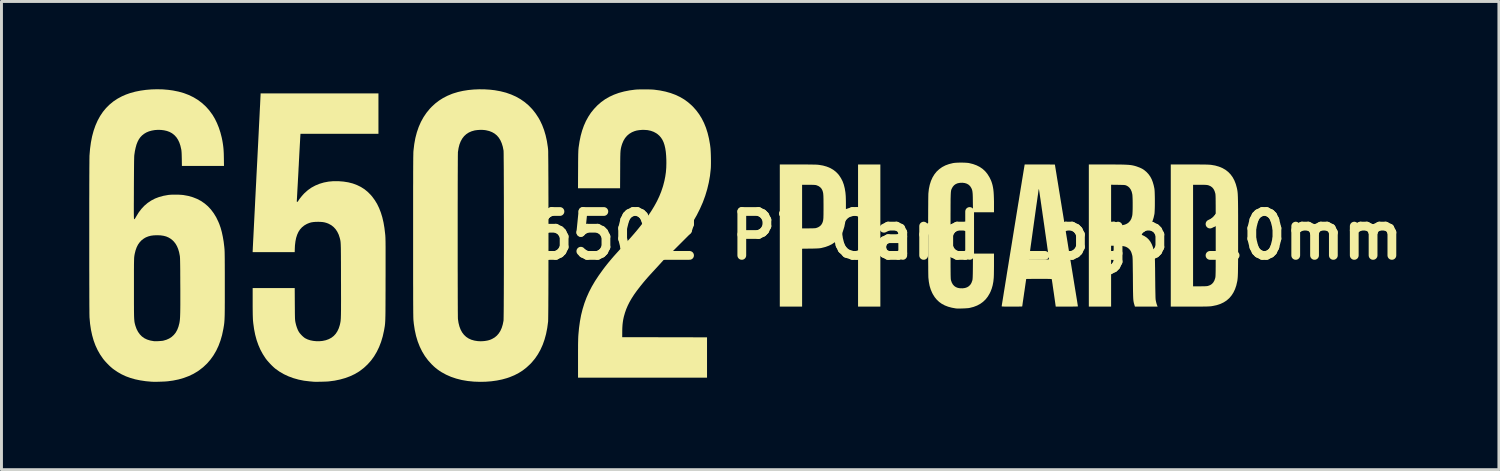
<source format=kicad_pcb>
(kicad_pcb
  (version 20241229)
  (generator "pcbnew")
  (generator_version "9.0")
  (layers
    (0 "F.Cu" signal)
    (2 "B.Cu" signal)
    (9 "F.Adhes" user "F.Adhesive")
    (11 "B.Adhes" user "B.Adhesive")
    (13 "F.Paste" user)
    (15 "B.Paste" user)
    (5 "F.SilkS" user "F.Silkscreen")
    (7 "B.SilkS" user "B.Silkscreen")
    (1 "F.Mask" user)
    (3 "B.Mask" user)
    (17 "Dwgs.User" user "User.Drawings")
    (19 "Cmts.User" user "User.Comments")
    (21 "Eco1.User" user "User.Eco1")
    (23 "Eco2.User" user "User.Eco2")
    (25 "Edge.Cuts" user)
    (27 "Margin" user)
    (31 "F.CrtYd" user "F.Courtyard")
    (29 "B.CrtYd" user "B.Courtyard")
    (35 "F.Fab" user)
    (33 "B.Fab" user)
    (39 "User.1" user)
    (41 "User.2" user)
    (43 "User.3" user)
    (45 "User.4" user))
  (footprint "6502 Pi Card Logo 10mm"
    (layer "F.Cu")
    (at 29.977 4.999)
    (property "Reference" "6502 Pi Card Logo 10mm" (at 0 0 0) (layer "F.SilkS") (effects (font (size 1.5 1.5) (thickness 0.3))))
    (attr board_only exclude_from_pos_files exclude_from_bom)
    (fp_poly (pts (xy -2.944 0) (xy -2.944 2.428) (xy -3.325 2.428) (xy -3.706 2.428) (xy -3.706 0) (xy -3.706 -2.428) (xy -3.325 -2.428) (xy -2.944 -2.428)) (stroke (width 0) (type solid)) (fill yes) (layer "F.SilkS"))
    (fp_poly (pts (xy -5.64 -2.428) (xy -5.531 -2.428) (xy -5.437 -2.428) (xy -5.356 -2.427) (xy -5.287 -2.426) (xy -5.229 -2.425) (xy -5.179 -2.424) (xy -5.138 -2.423) (xy -5.104 -2.421) (xy -5.075 -2.419) (xy -5.051 -2.416) (xy -5.046 -2.416) (xy -4.905 -2.392) (xy -4.777 -2.356) (xy -4.661 -2.308) (xy -4.556 -2.249) (xy -4.463 -2.177) (xy -4.382 -2.094) (xy -4.353 -2.057) (xy -4.289 -1.96) (xy -4.235 -1.855) (xy -4.193 -1.74) (xy -4.161 -1.614) (xy -4.138 -1.476) (xy -4.129 -1.379) (xy -4.126 -1.33) (xy -4.124 -1.267) (xy -4.122 -1.193) (xy -4.121 -1.112) (xy -4.121 -1.026) (xy -4.121 -0.939) (xy -4.122 -0.854) (xy -4.123 -0.773) (xy -4.125 -0.7) (xy -4.127 -0.639) (xy -4.129 -0.597) (xy -4.147 -0.443) (xy -4.175 -0.301) (xy -4.215 -0.172) (xy -4.267 -0.056) (xy -4.33 0.048) (xy -4.404 0.14) (xy -4.49 0.22) (xy -4.589 0.288) (xy -4.699 0.345) (xy -4.821 0.39) (xy -4.955 0.424) (xy -4.975 0.428) (xy -5.003 0.432) (xy -5.034 0.436) (xy -5.072 0.439) (xy -5.118 0.441) (xy -5.174 0.443) (xy -5.242 0.445) (xy -5.325 0.446) (xy -5.337 0.446) (xy -5.618 0.45) (xy -5.618 1.439) (xy -5.618 2.428) (xy -5.999 2.428) (xy -6.38 2.428) (xy -6.38 0) (xy -6.38 -1.735) (xy -5.618 -1.735) (xy -5.618 -0.99) (xy -5.618 -0.245) (xy -5.4 -0.245) (xy -5.321 -0.246) (xy -5.257 -0.247) (xy -5.208 -0.249) (xy -5.171 -0.252) (xy -5.146 -0.255) (xy -5.14 -0.257) (xy -5.071 -0.282) (xy -5.012 -0.319) (xy -4.966 -0.364) (xy -4.932 -0.418) (xy -4.932 -0.419) (xy -4.922 -0.442) (xy -4.914 -0.464) (xy -4.907 -0.486) (xy -4.901 -0.51) (xy -4.897 -0.538) (xy -4.893 -0.572) (xy -4.89 -0.612) (xy -4.889 -0.661) (xy -4.887 -0.72) (xy -4.887 -0.792) (xy -4.886 -0.876) (xy -4.886 -0.976) (xy -4.886 -0.977) (xy -4.886 -1.079) (xy -4.887 -1.166) (xy -4.887 -1.239) (xy -4.889 -1.3) (xy -4.89 -1.35) (xy -4.893 -1.392) (xy -4.896 -1.427) (xy -4.9 -1.457) (xy -4.906 -1.483) (xy -4.912 -1.506) (xy -4.92 -1.53) (xy -4.925 -1.544) (xy -4.955 -1.601) (xy -4.999 -1.65) (xy -5.056 -1.69) (xy -5.124 -1.718) (xy -5.14 -1.723) (xy -5.162 -1.727) (xy -5.195 -1.73) (xy -5.24 -1.732) (xy -5.299 -1.734) (xy -5.373 -1.734) (xy -5.4 -1.734) (xy -5.618 -1.735) (xy -6.38 -1.735) (xy -6.38 -2.428) (xy -5.764 -2.428)) (stroke (width 0) (type solid)) (fill yes) (layer "F.SilkS"))
    (fp_poly (pts (xy 7.743 -2.428) (xy 7.854 -2.428) (xy 7.95 -2.428) (xy 8.032 -2.427) (xy 8.103 -2.426) (xy 8.163 -2.426) (xy 8.214 -2.424) (xy 8.256 -2.423) (xy 8.291 -2.421) (xy 8.321 -2.419) (xy 8.346 -2.417) (xy 8.357 -2.416) (xy 8.497 -2.392) (xy 8.626 -2.355) (xy 8.743 -2.307) (xy 8.848 -2.247) (xy 8.942 -2.174) (xy 9.024 -2.089) (xy 9.095 -1.992) (xy 9.154 -1.882) (xy 9.202 -1.759) (xy 9.239 -1.624) (xy 9.251 -1.565) (xy 9.255 -1.542) (xy 9.259 -1.518) (xy 9.262 -1.492) (xy 9.265 -1.462) (xy 9.268 -1.429) (xy 9.27 -1.39) (xy 9.272 -1.347) (xy 9.274 -1.296) (xy 9.275 -1.239) (xy 9.277 -1.173) (xy 9.278 -1.099) (xy 9.279 -1.014) (xy 9.28 -0.919) (xy 9.28 -0.813) (xy 9.281 -0.694) (xy 9.281 -0.562) (xy 9.281 -0.416) (xy 9.281 -0.255) (xy 9.281 -0.078) (xy 9.281 0) (xy 9.281 0.183) (xy 9.281 0.351) (xy 9.281 0.503) (xy 9.281 0.641) (xy 9.28 0.765) (xy 9.28 0.877) (xy 9.279 0.976) (xy 9.278 1.065) (xy 9.277 1.143) (xy 9.276 1.213) (xy 9.275 1.273) (xy 9.273 1.326) (xy 9.271 1.373) (xy 9.269 1.413) (xy 9.266 1.449) (xy 9.263 1.48) (xy 9.26 1.507) (xy 9.257 1.532) (xy 9.253 1.556) (xy 9.251 1.565) (xy 9.219 1.706) (xy 9.175 1.834) (xy 9.12 1.949) (xy 9.054 2.051) (xy 8.977 2.141) (xy 8.888 2.219) (xy 8.787 2.284) (xy 8.675 2.337) (xy 8.551 2.378) (xy 8.415 2.407) (xy 8.357 2.416) (xy 8.334 2.418) (xy 8.306 2.42) (xy 8.274 2.422) (xy 8.236 2.424) (xy 8.189 2.425) (xy 8.134 2.426) (xy 8.069 2.427) (xy 7.992 2.427) (xy 7.903 2.428) (xy 7.8 2.428) (xy 7.682 2.428) (xy 7.617 2.428) (xy 6.98 2.428) (xy 6.98 0) (xy 6.98 -1.735) (xy 7.742 -1.735) (xy 7.742 0) (xy 7.742 1.735) (xy 7.971 1.735) (xy 8.046 1.734) (xy 8.106 1.734) (xy 8.153 1.732) (xy 8.19 1.73) (xy 8.219 1.727) (xy 8.241 1.724) (xy 8.253 1.721) (xy 8.323 1.695) (xy 8.382 1.656) (xy 8.431 1.605) (xy 8.469 1.54) (xy 8.496 1.462) (xy 8.501 1.441) (xy 8.503 1.432) (xy 8.505 1.421) (xy 8.506 1.408) (xy 8.508 1.392) (xy 8.509 1.372) (xy 8.51 1.348) (xy 8.511 1.318) (xy 8.512 1.282) (xy 8.513 1.239) (xy 8.514 1.189) (xy 8.514 1.13) (xy 8.515 1.061) (xy 8.515 0.982) (xy 8.515 0.892) (xy 8.516 0.791) (xy 8.516 0.677) (xy 8.516 0.549) (xy 8.516 0.408) (xy 8.516 0.251) (xy 8.516 0.079) (xy 8.516 0) (xy 8.516 -0.179) (xy 8.516 -0.343) (xy 8.516 -0.491) (xy 8.516 -0.624) (xy 8.516 -0.744) (xy 8.515 -0.851) (xy 8.515 -0.945) (xy 8.515 -1.029) (xy 8.514 -1.101) (xy 8.514 -1.165) (xy 8.513 -1.219) (xy 8.513 -1.265) (xy 8.512 -1.304) (xy 8.511 -1.336) (xy 8.51 -1.362) (xy 8.508 -1.384) (xy 8.507 -1.402) (xy 8.506 -1.416) (xy 8.504 -1.427) (xy 8.502 -1.437) (xy 8.501 -1.441) (xy 8.476 -1.523) (xy 8.441 -1.591) (xy 8.395 -1.646) (xy 8.338 -1.687) (xy 8.27 -1.716) (xy 8.253 -1.721) (xy 8.232 -1.725) (xy 8.207 -1.729) (xy 8.175 -1.731) (xy 8.134 -1.733) (xy 8.082 -1.734) (xy 8.016 -1.734) (xy 7.971 -1.735) (xy 7.742 -1.735) (xy 6.98 -1.735) (xy 6.98 -2.428) (xy 7.617 -2.428)) (stroke (width 0) (type solid)) (fill yes) (layer "F.SilkS"))
    (fp_poly (pts (xy 4.943 -2.428) (xy 5.064 -2.428) (xy 5.171 -2.427) (xy 5.264 -2.426) (xy 5.346 -2.425) (xy 5.418 -2.422) (xy 5.481 -2.419) (xy 5.536 -2.416) (xy 5.585 -2.411) (xy 5.628 -2.406) (xy 5.668 -2.399) (xy 5.705 -2.391) (xy 5.742 -2.382) (xy 5.778 -2.372) (xy 5.816 -2.36) (xy 5.826 -2.356) (xy 5.921 -2.321) (xy 6.003 -2.282) (xy 6.075 -2.235) (xy 6.141 -2.18) (xy 6.158 -2.164) (xy 6.223 -2.093) (xy 6.279 -2.014) (xy 6.326 -1.927) (xy 6.364 -1.829) (xy 6.396 -1.719) (xy 6.419 -1.612) (xy 6.424 -1.577) (xy 6.428 -1.528) (xy 6.431 -1.466) (xy 6.433 -1.396) (xy 6.435 -1.318) (xy 6.436 -1.236) (xy 6.436 -1.152) (xy 6.436 -1.068) (xy 6.435 -0.988) (xy 6.433 -0.913) (xy 6.43 -0.846) (xy 6.427 -0.789) (xy 6.423 -0.745) (xy 6.42 -0.728) (xy 6.394 -0.611) (xy 6.361 -0.506) (xy 6.32 -0.41) (xy 6.264 -0.315) (xy 6.2 -0.233) (xy 6.124 -0.164) (xy 6.038 -0.106) (xy 6.01 -0.091) (xy 5.979 -0.074) (xy 5.956 -0.061) (xy 5.944 -0.051) (xy 5.942 -0.048) (xy 5.95 -0.042) (xy 5.971 -0.032) (xy 5.999 -0.019) (xy 6.006 -0.017) (xy 6.089 0.024) (xy 6.163 0.074) (xy 6.227 0.136) (xy 6.282 0.208) (xy 6.329 0.294) (xy 6.368 0.392) (xy 6.399 0.504) (xy 6.423 0.631) (xy 6.428 0.663) (xy 6.43 0.684) (xy 6.432 0.71) (xy 6.435 0.742) (xy 6.436 0.78) (xy 6.438 0.827) (xy 6.44 0.883) (xy 6.441 0.95) (xy 6.442 1.028) (xy 6.444 1.118) (xy 6.445 1.223) (xy 6.446 1.342) (xy 6.447 1.447) (xy 6.449 1.592) (xy 6.45 1.722) (xy 6.452 1.838) (xy 6.454 1.937) (xy 6.456 2.022) (xy 6.457 2.09) (xy 6.459 2.142) (xy 6.462 2.178) (xy 6.463 2.196) (xy 6.477 2.264) (xy 6.494 2.33) (xy 6.513 2.385) (xy 6.516 2.392) (xy 6.531 2.428) (xy 6.143 2.428) (xy 5.755 2.428) (xy 5.738 2.371) (xy 5.73 2.345) (xy 5.723 2.321) (xy 5.717 2.297) (xy 5.712 2.273) (xy 5.707 2.248) (xy 5.703 2.219) (xy 5.7 2.186) (xy 5.697 2.147) (xy 5.695 2.102) (xy 5.693 2.048) (xy 5.692 1.986) (xy 5.69 1.913) (xy 5.689 1.828) (xy 5.688 1.731) (xy 5.687 1.62) (xy 5.686 1.493) (xy 5.686 1.455) (xy 5.685 1.327) (xy 5.683 1.215) (xy 5.682 1.117) (xy 5.681 1.033) (xy 5.68 0.961) (xy 5.679 0.901) (xy 5.678 0.85) (xy 5.677 0.809) (xy 5.675 0.775) (xy 5.673 0.748) (xy 5.672 0.726) (xy 5.669 0.709) (xy 5.667 0.695) (xy 5.666 0.688) (xy 5.647 0.619) (xy 5.628 0.564) (xy 5.605 0.519) (xy 5.576 0.48) (xy 5.546 0.449) (xy 5.511 0.421) (xy 5.473 0.398) (xy 5.43 0.379) (xy 5.38 0.366) (xy 5.321 0.356) (xy 5.25 0.351) (xy 5.166 0.348) (xy 5.113 0.347) (xy 4.941 0.347) (xy 4.941 1.388) (xy 4.941 2.428) (xy 4.56 2.428) (xy 4.18 2.428) (xy 4.18 0) (xy 4.18 -1.736) (xy 4.941 -1.736) (xy 4.941 -1.041) (xy 4.941 -0.347) (xy 5.108 -0.347) (xy 5.164 -0.348) (xy 5.219 -0.349) (xy 5.267 -0.351) (xy 5.307 -0.353) (xy 5.332 -0.355) (xy 5.415 -0.375) (xy 5.486 -0.407) (xy 5.546 -0.451) (xy 5.595 -0.508) (xy 5.633 -0.577) (xy 5.658 -0.659) (xy 5.664 -0.689) (xy 5.669 -0.723) (xy 5.672 -0.772) (xy 5.675 -0.832) (xy 5.677 -0.901) (xy 5.678 -0.975) (xy 5.678 -1.052) (xy 5.678 -1.129) (xy 5.677 -1.204) (xy 5.675 -1.272) (xy 5.672 -1.333) (xy 5.669 -1.382) (xy 5.664 -1.417) (xy 5.644 -1.5) (xy 5.612 -1.572) (xy 5.57 -1.632) (xy 5.519 -1.678) (xy 5.459 -1.711) (xy 5.444 -1.716) (xy 5.429 -1.721) (xy 5.411 -1.724) (xy 5.39 -1.727) (xy 5.361 -1.729) (xy 5.324 -1.73) (xy 5.275 -1.731) (xy 5.213 -1.732) (xy 5.176 -1.733) (xy 4.941 -1.736) (xy 4.18 -1.736) (xy 4.18 -2.428) (xy 4.806 -2.428)) (stroke (width 0) (type solid)) (fill yes) (layer "F.SilkS"))
    (fp_poly (pts (xy -0.132 -2.492) (xy -0.059 -2.49) (xy 0.006 -2.486) (xy 0.061 -2.481) (xy 0.089 -2.476) (xy 0.223 -2.443) (xy 0.344 -2.399) (xy 0.453 -2.344) (xy 0.551 -2.277) (xy 0.637 -2.198) (xy 0.713 -2.106) (xy 0.778 -2.002) (xy 0.79 -1.981) (xy 0.821 -1.917) (xy 0.848 -1.855) (xy 0.87 -1.791) (xy 0.889 -1.724) (xy 0.904 -1.652) (xy 0.917 -1.573) (xy 0.926 -1.486) (xy 0.932 -1.389) (xy 0.936 -1.28) (xy 0.939 -1.157) (xy 0.939 -1.06) (xy 0.939 -0.795) (xy 0.58 -0.795) (xy 0.222 -0.795) (xy 0.217 -1.132) (xy 0.216 -1.225) (xy 0.215 -1.302) (xy 0.213 -1.367) (xy 0.211 -1.42) (xy 0.207 -1.464) (xy 0.203 -1.5) (xy 0.198 -1.53) (xy 0.191 -1.557) (xy 0.183 -1.581) (xy 0.173 -1.605) (xy 0.161 -1.629) (xy 0.123 -1.688) (xy 0.073 -1.736) (xy 0.013 -1.771) (xy -0.059 -1.794) (xy -0.14 -1.804) (xy -0.224 -1.801) (xy -0.302 -1.787) (xy -0.368 -1.759) (xy -0.424 -1.719) (xy -0.47 -1.665) (xy -0.494 -1.622) (xy -0.501 -1.608) (xy -0.507 -1.597) (xy -0.512 -1.585) (xy -0.517 -1.574) (xy -0.521 -1.561) (xy -0.525 -1.547) (xy -0.528 -1.53) (xy -0.531 -1.509) (xy -0.534 -1.485) (xy -0.536 -1.456) (xy -0.538 -1.421) (xy -0.54 -1.379) (xy -0.541 -1.33) (xy -0.543 -1.273) (xy -0.544 -1.208) (xy -0.544 -1.133) (xy -0.545 -1.047) (xy -0.545 -0.951) (xy -0.545 -0.842) (xy -0.546 -0.721) (xy -0.546 -0.587) (xy -0.546 -0.438) (xy -0.546 -0.275) (xy -0.546 -0.095) (xy -0.546 0.004) (xy -0.546 0.189) (xy -0.546 0.358) (xy -0.546 0.512) (xy -0.546 0.651) (xy -0.545 0.776) (xy -0.545 0.889) (xy -0.545 0.988) (xy -0.545 1.077) (xy -0.544 1.154) (xy -0.544 1.222) (xy -0.543 1.28) (xy -0.543 1.33) (xy -0.542 1.372) (xy -0.541 1.407) (xy -0.54 1.436) (xy -0.539 1.46) (xy -0.538 1.479) (xy -0.536 1.494) (xy -0.535 1.506) (xy -0.533 1.516) (xy -0.531 1.524) (xy -0.531 1.526) (xy -0.504 1.605) (xy -0.467 1.671) (xy -0.419 1.724) (xy -0.362 1.763) (xy -0.294 1.789) (xy -0.224 1.801) (xy -0.132 1.803) (xy -0.051 1.792) (xy 0.02 1.768) (xy 0.08 1.731) (xy 0.13 1.681) (xy 0.169 1.617) (xy 0.197 1.54) (xy 0.2 1.53) (xy 0.203 1.515) (xy 0.206 1.498) (xy 0.208 1.475) (xy 0.21 1.447) (xy 0.212 1.41) (xy 0.213 1.365) (xy 0.215 1.309) (xy 0.216 1.24) (xy 0.217 1.158) (xy 0.218 1.061) (xy 0.218 1.047) (xy 0.221 0.618) (xy 0.58 0.618) (xy 0.939 0.618) (xy 0.939 0.971) (xy 0.939 1.052) (xy 0.938 1.133) (xy 0.937 1.21) (xy 0.936 1.282) (xy 0.935 1.345) (xy 0.933 1.398) (xy 0.931 1.436) (xy 0.931 1.443) (xy 0.917 1.577) (xy 0.894 1.699) (xy 0.862 1.812) (xy 0.82 1.92) (xy 0.79 1.981) (xy 0.726 2.088) (xy 0.651 2.183) (xy 0.566 2.264) (xy 0.47 2.334) (xy 0.362 2.392) (xy 0.242 2.438) (xy 0.11 2.472) (xy 0.093 2.475) (xy 0.064 2.48) (xy 0.021 2.483) (xy -0.031 2.487) (xy -0.089 2.49) (xy -0.15 2.492) (xy -0.209 2.494) (xy -0.264 2.494) (xy -0.311 2.494) (xy -0.347 2.492) (xy -0.36 2.491) (xy -0.5 2.466) (xy -0.627 2.432) (xy -0.741 2.388) (xy -0.843 2.334) (xy -0.934 2.269) (xy -1.015 2.193) (xy -1.087 2.105) (xy -1.15 2.004) (xy -1.174 1.958) (xy -1.223 1.844) (xy -1.261 1.719) (xy -1.287 1.582) (xy -1.303 1.438) (xy -1.304 1.413) (xy -1.305 1.372) (xy -1.306 1.316) (xy -1.307 1.247) (xy -1.308 1.166) (xy -1.308 1.074) (xy -1.309 0.971) (xy -1.31 0.86) (xy -1.31 0.741) (xy -1.311 0.616) (xy -1.311 0.486) (xy -1.311 0.351) (xy -1.311 0.214) (xy -1.311 0.075) (xy -1.311 -0.065) (xy -1.311 -0.205) (xy -1.311 -0.342) (xy -1.311 -0.477) (xy -1.311 -0.608) (xy -1.31 -0.734) (xy -1.31 -0.853) (xy -1.309 -0.964) (xy -1.308 -1.067) (xy -1.308 -1.16) (xy -1.307 -1.242) (xy -1.306 -1.312) (xy -1.305 -1.369) (xy -1.304 -1.411) (xy -1.303 -1.437) (xy -1.303 -1.438) (xy -1.286 -1.592) (xy -1.256 -1.735) (xy -1.215 -1.865) (xy -1.162 -1.984) (xy -1.097 -2.091) (xy -1.021 -2.186) (xy -0.932 -2.268) (xy -0.833 -2.339) (xy -0.722 -2.397) (xy -0.599 -2.442) (xy -0.465 -2.475) (xy -0.461 -2.476) (xy -0.412 -2.483) (xy -0.351 -2.488) (xy -0.282 -2.491) (xy -0.207 -2.493)) (stroke (width 0) (type solid)) (fill yes) (layer "F.SilkS"))
    (fp_poly (pts (xy -10.919 -4.995) (xy -10.844 -4.993) (xy -10.775 -4.991) (xy -10.717 -4.988) (xy -10.678 -4.985) (xy -10.476 -4.958) (xy -10.287 -4.919) (xy -10.11 -4.869) (xy -9.945 -4.808) (xy -9.791 -4.735) (xy -9.647 -4.651) (xy -9.514 -4.554) (xy -9.39 -4.445) (xy -9.351 -4.407) (xy -9.238 -4.281) (xy -9.137 -4.146) (xy -9.048 -4.002) (xy -8.97 -3.847) (xy -8.903 -3.682) (xy -8.847 -3.505) (xy -8.801 -3.316) (xy -8.765 -3.114) (xy -8.753 -3.021) (xy -8.747 -2.967) (xy -8.743 -2.899) (xy -8.739 -2.821) (xy -8.736 -2.737) (xy -8.734 -2.648) (xy -8.733 -2.56) (xy -8.733 -2.475) (xy -8.734 -2.396) (xy -8.736 -2.327) (xy -8.74 -2.273) (xy -8.766 -2.038) (xy -8.807 -1.808) (xy -8.861 -1.582) (xy -8.929 -1.357) (xy -9.011 -1.134) (xy -9.109 -0.912) (xy -9.221 -0.69) (xy -9.349 -0.467) (xy -9.494 -0.241) (xy -9.634 -0.04) (xy -9.719 0.074) (xy -9.804 0.186) (xy -9.891 0.298) (xy -9.982 0.41) (xy -10.079 0.525) (xy -10.181 0.645) (xy -10.292 0.77) (xy -10.412 0.903) (xy -10.542 1.046) (xy -10.576 1.083) (xy -10.66 1.174) (xy -10.733 1.253) (xy -10.798 1.324) (xy -10.855 1.387) (xy -10.906 1.444) (xy -10.952 1.497) (xy -10.995 1.547) (xy -11.036 1.596) (xy -11.077 1.646) (xy -11.118 1.697) (xy -11.154 1.742) (xy -11.263 1.883) (xy -11.359 2.017) (xy -11.442 2.146) (xy -11.514 2.27) (xy -11.575 2.392) (xy -11.627 2.513) (xy -11.67 2.635) (xy -11.706 2.76) (xy -11.714 2.793) (xy -11.732 2.878) (xy -11.745 2.963) (xy -11.755 3.052) (xy -11.761 3.148) (xy -11.764 3.256) (xy -11.764 3.283) (xy -11.765 3.473) (xy -10.316 3.475) (xy -8.867 3.478) (xy -8.867 4.167) (xy -8.867 4.857) (xy -11.071 4.857) (xy -13.275 4.857) (xy -13.275 4.211) (xy -13.275 4.075) (xy -13.275 3.954) (xy -13.274 3.847) (xy -13.274 3.754) (xy -13.273 3.672) (xy -13.271 3.602) (xy -13.27 3.54) (xy -13.268 3.487) (xy -13.266 3.44) (xy -13.263 3.4) (xy -13.263 3.397) (xy -13.241 3.16) (xy -13.21 2.935) (xy -13.17 2.72) (xy -13.119 2.515) (xy -13.058 2.316) (xy -12.986 2.123) (xy -12.901 1.932) (xy -12.804 1.744) (xy -12.693 1.555) (xy -12.567 1.364) (xy -12.427 1.169) (xy -12.401 1.134) (xy -12.348 1.064) (xy -12.296 0.998) (xy -12.244 0.933) (xy -12.19 0.868) (xy -12.134 0.801) (xy -12.073 0.73) (xy -12.006 0.655) (xy -11.931 0.572) (xy -11.848 0.48) (xy -11.757 0.381) (xy -11.652 0.267) (xy -11.558 0.163) (xy -11.473 0.068) (xy -11.395 -0.021) (xy -11.324 -0.104) (xy -11.256 -0.184) (xy -11.192 -0.263) (xy -11.129 -0.342) (xy -11.066 -0.423) (xy -11.023 -0.48) (xy -10.89 -0.661) (xy -10.772 -0.836) (xy -10.668 -1.007) (xy -10.577 -1.173) (xy -10.499 -1.338) (xy -10.433 -1.501) (xy -10.378 -1.664) (xy -10.361 -1.722) (xy -10.322 -1.874) (xy -10.293 -2.021) (xy -10.272 -2.167) (xy -10.26 -2.317) (xy -10.256 -2.475) (xy -10.257 -2.584) (xy -10.264 -2.733) (xy -10.276 -2.867) (xy -10.295 -2.987) (xy -10.32 -3.093) (xy -10.352 -3.188) (xy -10.391 -3.271) (xy -10.439 -3.345) (xy -10.494 -3.409) (xy -10.557 -3.465) (xy -10.6 -3.495) (xy -10.69 -3.544) (xy -10.79 -3.58) (xy -10.9 -3.603) (xy -11.019 -3.611) (xy -11.097 -3.61) (xy -11.188 -3.602) (xy -11.268 -3.589) (xy -11.342 -3.568) (xy -11.413 -3.539) (xy -11.439 -3.527) (xy -11.526 -3.474) (xy -11.603 -3.408) (xy -11.668 -3.33) (xy -11.723 -3.238) (xy -11.767 -3.134) (xy -11.791 -3.057) (xy -11.798 -3.028) (xy -11.805 -3.001) (xy -11.81 -2.976) (xy -11.815 -2.949) (xy -11.819 -2.921) (xy -11.823 -2.89) (xy -11.825 -2.854) (xy -11.828 -2.812) (xy -11.829 -2.762) (xy -11.831 -2.704) (xy -11.832 -2.636) (xy -11.833 -2.556) (xy -11.834 -2.464) (xy -11.834 -2.357) (xy -11.835 -2.236) (xy -11.838 -1.616) (xy -12.557 -1.616) (xy -13.276 -1.616) (xy -13.273 -2.253) (xy -13.272 -2.377) (xy -13.272 -2.485) (xy -13.271 -2.579) (xy -13.27 -2.66) (xy -13.269 -2.73) (xy -13.268 -2.789) (xy -13.266 -2.839) (xy -13.265 -2.882) (xy -13.263 -2.918) (xy -13.261 -2.949) (xy -13.258 -2.977) (xy -13.256 -3.003) (xy -13.255 -3.008) (xy -13.224 -3.215) (xy -13.184 -3.408) (xy -13.134 -3.589) (xy -13.074 -3.757) (xy -13.004 -3.914) (xy -12.923 -4.061) (xy -12.832 -4.199) (xy -12.728 -4.327) (xy -12.614 -4.447) (xy -12.61 -4.451) (xy -12.486 -4.559) (xy -12.351 -4.656) (xy -12.206 -4.74) (xy -12.049 -4.813) (xy -11.882 -4.874) (xy -11.702 -4.923) (xy -11.51 -4.961) (xy -11.329 -4.985) (xy -11.283 -4.989) (xy -11.224 -4.992) (xy -11.154 -4.994) (xy -11.078 -4.995) (xy -10.999 -4.995)) (stroke (width 0) (type solid)) (fill yes) (layer "F.SilkS"))
    (fp_poly (pts (xy 2.596 -2.428) (xy 2.683 -2.428) (xy 2.763 -2.428) (xy 2.834 -2.428) (xy 2.897 -2.427) (xy 2.948 -2.427) (xy 2.986 -2.426) (xy 3.011 -2.426) (xy 3.021 -2.425) (xy 3.021 -2.425) (xy 3.022 -2.417) (xy 3.026 -2.392) (xy 3.032 -2.352) (xy 3.041 -2.298) (xy 3.052 -2.229) (xy 3.066 -2.147) (xy 3.081 -2.052) (xy 3.098 -1.945) (xy 3.118 -1.826) (xy 3.139 -1.697) (xy 3.161 -1.558) (xy 3.186 -1.409) (xy 3.211 -1.251) (xy 3.238 -1.086) (xy 3.266 -0.912) (xy 3.296 -0.732) (xy 3.326 -0.546) (xy 3.357 -0.354) (xy 3.389 -0.158) (xy 3.414 -0.004) (xy 3.447 0.196) (xy 3.478 0.391) (xy 3.509 0.582) (xy 3.539 0.767) (xy 3.568 0.945) (xy 3.596 1.117) (xy 3.623 1.281) (xy 3.648 1.437) (xy 3.672 1.584) (xy 3.694 1.721) (xy 3.715 1.848) (xy 3.734 1.964) (xy 3.751 2.069) (xy 3.766 2.161) (xy 3.779 2.24) (xy 3.789 2.306) (xy 3.797 2.358) (xy 3.803 2.394) (xy 3.807 2.416) (xy 3.807 2.421) (xy 3.799 2.422) (xy 3.776 2.424) (xy 3.738 2.425) (xy 3.688 2.426) (xy 3.628 2.427) (xy 3.558 2.428) (xy 3.48 2.428) (xy 3.428 2.428) (xy 3.049 2.428) (xy 2.984 1.969) (xy 2.971 1.883) (xy 2.959 1.801) (xy 2.948 1.726) (xy 2.939 1.658) (xy 2.93 1.6) (xy 2.923 1.554) (xy 2.918 1.52) (xy 2.915 1.5) (xy 2.914 1.495) (xy 2.912 1.492) (xy 2.908 1.489) (xy 2.9 1.487) (xy 2.886 1.485) (xy 2.867 1.484) (xy 2.839 1.483) (xy 2.802 1.482) (xy 2.754 1.481) (xy 2.694 1.481) (xy 2.621 1.481) (xy 2.534 1.481) (xy 2.474 1.481) (xy 2.39 1.481) (xy 2.312 1.481) (xy 2.24 1.481) (xy 2.177 1.482) (xy 2.123 1.482) (xy 2.082 1.483) (xy 2.054 1.484) (xy 2.04 1.485) (xy 2.039 1.485) (xy 2.038 1.494) (xy 2.035 1.518) (xy 2.029 1.556) (xy 2.022 1.606) (xy 2.013 1.666) (xy 2.003 1.736) (xy 1.992 1.813) (xy 1.98 1.897) (xy 1.971 1.953) (xy 1.959 2.04) (xy 1.947 2.121) (xy 1.936 2.196) (xy 1.926 2.263) (xy 1.918 2.32) (xy 1.912 2.366) (xy 1.907 2.4) (xy 1.904 2.419) (xy 1.904 2.423) (xy 1.896 2.424) (xy 1.872 2.425) (xy 1.835 2.426) (xy 1.787 2.427) (xy 1.729 2.428) (xy 1.662 2.428) (xy 1.59 2.428) (xy 1.553 2.428) (xy 1.466 2.428) (xy 1.395 2.428) (xy 1.338 2.428) (xy 1.293 2.427) (xy 1.259 2.426) (xy 1.235 2.425) (xy 1.218 2.423) (xy 1.208 2.421) (xy 1.203 2.418) (xy 1.202 2.415) (xy 1.201 2.414) (xy 1.203 2.405) (xy 1.207 2.38) (xy 1.213 2.339) (xy 1.222 2.285) (xy 1.233 2.217) (xy 1.246 2.136) (xy 1.261 2.044) (xy 1.277 1.94) (xy 1.296 1.826) (xy 1.316 1.703) (xy 1.337 1.571) (xy 1.36 1.431) (xy 1.383 1.284) (xy 1.408 1.131) (xy 1.434 0.973) (xy 1.459 0.815) (xy 2.132 0.815) (xy 2.14 0.816) (xy 2.164 0.817) (xy 2.2 0.818) (xy 2.249 0.819) (xy 2.307 0.82) (xy 2.373 0.82) (xy 2.445 0.821) (xy 2.475 0.821) (xy 2.56 0.821) (xy 2.63 0.821) (xy 2.686 0.82) (xy 2.73 0.82) (xy 2.762 0.819) (xy 2.786 0.817) (xy 2.802 0.816) (xy 2.811 0.813) (xy 2.816 0.811) (xy 2.817 0.807) (xy 2.817 0.806) (xy 2.816 0.794) (xy 2.813 0.767) (xy 2.807 0.726) (xy 2.8 0.671) (xy 2.79 0.605) (xy 2.78 0.528) (xy 2.767 0.441) (xy 2.754 0.346) (xy 2.74 0.243) (xy 2.724 0.134) (xy 2.708 0.02) (xy 2.691 -0.097) (xy 2.674 -0.218) (xy 2.657 -0.34) (xy 2.639 -0.462) (xy 2.622 -0.584) (xy 2.604 -0.704) (xy 2.588 -0.821) (xy 2.571 -0.934) (xy 2.556 -1.041) (xy 2.541 -1.142) (xy 2.528 -1.236) (xy 2.515 -1.32) (xy 2.504 -1.395) (xy 2.495 -1.459) (xy 2.487 -1.51) (xy 2.481 -1.548) (xy 2.478 -1.572) (xy 2.476 -1.579) (xy 2.468 -1.582) (xy 2.467 -1.581) (xy 2.465 -1.573) (xy 2.462 -1.549) (xy 2.456 -1.51) (xy 2.449 -1.458) (xy 2.44 -1.394) (xy 2.429 -1.319) (xy 2.417 -1.234) (xy 2.404 -1.14) (xy 2.389 -1.039) (xy 2.374 -0.931) (xy 2.358 -0.818) (xy 2.342 -0.701) (xy 2.325 -0.581) (xy 2.308 -0.459) (xy 2.291 -0.336) (xy 2.274 -0.214) (xy 2.257 -0.093) (xy 2.241 0.025) (xy 2.225 0.139) (xy 2.21 0.248) (xy 2.195 0.351) (xy 2.182 0.447) (xy 2.17 0.534) (xy 2.159 0.611) (xy 2.15 0.678) (xy 2.143 0.733) (xy 2.137 0.775) (xy 2.134 0.802) (xy 2.132 0.815) (xy 2.132 0.815) (xy 1.459 0.815) (xy 1.46 0.81) (xy 1.487 0.643) (xy 1.515 0.473) (xy 1.543 0.301) (xy 1.571 0.128) (xy 1.599 -0.046) (xy 1.627 -0.22) (xy 1.655 -0.393) (xy 1.683 -0.564) (xy 1.71 -0.732) (xy 1.737 -0.897) (xy 1.763 -1.058) (xy 1.789 -1.213) (xy 1.813 -1.363) (xy 1.836 -1.506) (xy 1.858 -1.641) (xy 1.879 -1.768) (xy 1.898 -1.887) (xy 1.916 -1.995) (xy 1.932 -2.092) (xy 1.946 -2.178) (xy 1.958 -2.252) (xy 1.968 -2.312) (xy 1.976 -2.359) (xy 1.981 -2.391) (xy 1.984 -2.407) (xy 1.984 -2.409) (xy 1.989 -2.428) (xy 2.505 -2.428)) (stroke (width 0) (type solid)) (fill yes) (layer "F.SilkS"))
    (fp_poly (pts (xy -16.467 -4.996) (xy -16.279 -4.984) (xy -16.122 -4.966) (xy -15.924 -4.93) (xy -15.736 -4.882) (xy -15.56 -4.82) (xy -15.394 -4.746) (xy -15.24 -4.659) (xy -15.096 -4.559) (xy -14.963 -4.446) (xy -14.841 -4.32) (xy -14.73 -4.181) (xy -14.63 -4.03) (xy -14.575 -3.933) (xy -14.501 -3.777) (xy -14.436 -3.607) (xy -14.382 -3.425) (xy -14.339 -3.231) (xy -14.307 -3.025) (xy -14.298 -2.944) (xy -14.297 -2.925) (xy -14.295 -2.89) (xy -14.294 -2.84) (xy -14.294 -2.775) (xy -14.293 -2.696) (xy -14.292 -2.604) (xy -14.291 -2.499) (xy -14.29 -2.383) (xy -14.29 -2.257) (xy -14.289 -2.12) (xy -14.288 -1.975) (xy -14.288 -1.82) (xy -14.287 -1.659) (xy -14.287 -1.49) (xy -14.286 -1.315) (xy -14.286 -1.135) (xy -14.286 -0.95) (xy -14.286 -0.761) (xy -14.285 -0.57) (xy -14.285 -0.376) (xy -14.285 -0.181) (xy -14.285 0.015) (xy -14.285 0.211) (xy -14.285 0.407) (xy -14.286 0.6) (xy -14.286 0.791) (xy -14.286 0.979) (xy -14.286 1.163) (xy -14.287 1.343) (xy -14.287 1.517) (xy -14.287 1.684) (xy -14.288 1.845) (xy -14.288 1.998) (xy -14.289 2.142) (xy -14.29 2.277) (xy -14.29 2.402) (xy -14.291 2.516) (xy -14.292 2.619) (xy -14.293 2.709) (xy -14.294 2.786) (xy -14.295 2.849) (xy -14.296 2.897) (xy -14.297 2.93) (xy -14.298 2.944) (xy -14.327 3.16) (xy -14.367 3.363) (xy -14.419 3.553) (xy -14.482 3.732) (xy -14.558 3.9) (xy -14.645 4.056) (xy -14.743 4.2) (xy -14.854 4.334) (xy -14.908 4.391) (xy -15.032 4.506) (xy -15.162 4.608) (xy -15.301 4.696) (xy -15.449 4.773) (xy -15.609 4.839) (xy -15.705 4.872) (xy -15.871 4.918) (xy -16.049 4.954) (xy -16.236 4.98) (xy -16.429 4.995) (xy -16.625 4.999) (xy -16.824 4.992) (xy -16.839 4.991) (xy -17.049 4.97) (xy -17.248 4.936) (xy -17.437 4.888) (xy -17.615 4.828) (xy -17.783 4.754) (xy -17.94 4.668) (xy -18.005 4.626) (xy -18.077 4.575) (xy -18.143 4.523) (xy -18.208 4.466) (xy -18.276 4.4) (xy -18.28 4.396) (xy -18.4 4.263) (xy -18.507 4.119) (xy -18.601 3.964) (xy -18.683 3.797) (xy -18.753 3.619) (xy -18.81 3.43) (xy -18.854 3.229) (xy -18.886 3.017) (xy -18.897 2.91) (xy -18.899 2.894) (xy -18.9 2.876) (xy -18.901 2.855) (xy -18.902 2.83) (xy -18.903 2.801) (xy -18.904 2.767) (xy -18.904 2.728) (xy -18.905 2.683) (xy -18.906 2.631) (xy -18.906 2.573) (xy -18.907 2.507) (xy -18.907 2.432) (xy -18.908 2.35) (xy -18.908 2.257) (xy -18.909 2.155) (xy -18.909 2.043) (xy -18.909 1.92) (xy -18.909 1.785) (xy -18.91 1.639) (xy -18.91 1.48) (xy -18.91 1.307) (xy -18.91 1.121) (xy -18.91 0.921) (xy -18.91 0.706) (xy -18.91 0.476) (xy -18.91 0.23) (xy -18.91 0.032) (xy -17.387 0.032) (xy -17.387 0.223) (xy -17.387 0.414) (xy -17.387 0.604) (xy -17.387 0.791) (xy -17.387 0.974) (xy -17.387 1.154) (xy -17.386 1.329) (xy -17.386 1.498) (xy -17.386 1.661) (xy -17.385 1.817) (xy -17.385 1.965) (xy -17.385 2.104) (xy -17.384 2.234) (xy -17.384 2.354) (xy -17.383 2.462) (xy -17.383 2.559) (xy -17.382 2.644) (xy -17.381 2.715) (xy -17.381 2.772) (xy -17.38 2.814) (xy -17.379 2.841) (xy -17.379 2.849) (xy -17.359 2.984) (xy -17.328 3.106) (xy -17.287 3.214) (xy -17.235 3.31) (xy -17.172 3.392) (xy -17.099 3.461) (xy -17.015 3.517) (xy -16.92 3.56) (xy -16.814 3.59) (xy -16.698 3.608) (xy -16.605 3.612) (xy -16.556 3.611) (xy -16.501 3.607) (xy -16.451 3.602) (xy -16.44 3.6) (xy -16.37 3.588) (xy -16.312 3.573) (xy -16.258 3.554) (xy -16.208 3.531) (xy -16.122 3.481) (xy -16.047 3.418) (xy -15.983 3.344) (xy -15.928 3.257) (xy -15.883 3.157) (xy -15.848 3.043) (xy -15.822 2.916) (xy -15.821 2.91) (xy -15.82 2.895) (xy -15.819 2.863) (xy -15.818 2.816) (xy -15.817 2.754) (xy -15.816 2.679) (xy -15.815 2.59) (xy -15.814 2.489) (xy -15.813 2.376) (xy -15.813 2.253) (xy -15.812 2.12) (xy -15.811 1.977) (xy -15.811 1.826) (xy -15.81 1.667) (xy -15.81 1.501) (xy -15.809 1.329) (xy -15.809 1.152) (xy -15.809 0.97) (xy -15.809 0.784) (xy -15.808 0.595) (xy -15.808 0.403) (xy -15.808 0.21) (xy -15.808 0.016) (xy -15.808 -0.178) (xy -15.808 -0.371) (xy -15.808 -0.563) (xy -15.809 -0.752) (xy -15.809 -0.939) (xy -15.809 -1.122) (xy -15.809 -1.3) (xy -15.81 -1.473) (xy -15.81 -1.64) (xy -15.811 -1.8) (xy -15.811 -1.953) (xy -15.812 -2.097) (xy -15.812 -2.232) (xy -15.813 -2.357) (xy -15.814 -2.471) (xy -15.815 -2.574) (xy -15.816 -2.665) (xy -15.816 -2.743) (xy -15.817 -2.807) (xy -15.818 -2.856) (xy -15.819 -2.891) (xy -15.821 -2.909) (xy -15.821 -2.91) (xy -15.847 -3.04) (xy -15.883 -3.155) (xy -15.928 -3.257) (xy -15.984 -3.346) (xy -16.049 -3.421) (xy -16.126 -3.484) (xy -16.213 -3.534) (xy -16.311 -3.572) (xy -16.421 -3.598) (xy -16.47 -3.605) (xy -16.546 -3.611) (xy -16.629 -3.611) (xy -16.714 -3.605) (xy -16.791 -3.595) (xy -16.808 -3.592) (xy -16.914 -3.562) (xy -17.009 -3.52) (xy -17.094 -3.464) (xy -17.168 -3.396) (xy -17.231 -3.315) (xy -17.284 -3.22) (xy -17.326 -3.113) (xy -17.357 -2.992) (xy -17.378 -2.858) (xy -17.379 -2.849) (xy -17.38 -2.834) (xy -17.38 -2.802) (xy -17.381 -2.755) (xy -17.382 -2.693) (xy -17.382 -2.617) (xy -17.383 -2.529) (xy -17.383 -2.428) (xy -17.384 -2.315) (xy -17.384 -2.192) (xy -17.385 -2.059) (xy -17.385 -1.917) (xy -17.386 -1.766) (xy -17.386 -1.608) (xy -17.386 -1.443) (xy -17.386 -1.272) (xy -17.387 -1.095) (xy -17.387 -0.914) (xy -17.387 -0.729) (xy -17.387 -0.542) (xy -17.387 -0.352) (xy -17.387 -0.16) (xy -17.387 0.032) (xy -18.91 0.032) (xy -18.91 0) (xy -18.91 -0.261) (xy -18.91 -0.505) (xy -18.91 -0.733) (xy -18.91 -0.946) (xy -18.91 -1.145) (xy -18.91 -1.329) (xy -18.91 -1.5) (xy -18.91 -1.657) (xy -18.909 -1.802) (xy -18.909 -1.936) (xy -18.909 -2.057) (xy -18.909 -2.168) (xy -18.908 -2.269) (xy -18.908 -2.36) (xy -18.907 -2.442) (xy -18.907 -2.515) (xy -18.906 -2.58) (xy -18.906 -2.638) (xy -18.905 -2.689) (xy -18.904 -2.733) (xy -18.903 -2.772) (xy -18.903 -2.805) (xy -18.902 -2.833) (xy -18.901 -2.858) (xy -18.9 -2.878) (xy -18.898 -2.896) (xy -18.897 -2.91) (xy -18.871 -3.127) (xy -18.833 -3.334) (xy -18.782 -3.529) (xy -18.719 -3.712) (xy -18.643 -3.885) (xy -18.554 -4.046) (xy -18.453 -4.195) (xy -18.34 -4.333) (xy -18.28 -4.396) (xy -18.157 -4.51) (xy -18.026 -4.611) (xy -17.887 -4.699) (xy -17.738 -4.776) (xy -17.577 -4.843) (xy -17.53 -4.859) (xy -17.374 -4.906) (xy -17.206 -4.944) (xy -17.029 -4.972) (xy -16.845 -4.99) (xy -16.657 -4.998)) (stroke (width 0) (type solid)) (fill yes) (layer "F.SilkS"))
    (fp_poly (pts (xy -20.095 -4.167) (xy -20.095 -3.477) (xy -21.427 -3.477) (xy -22.759 -3.477) (xy -22.764 -3.408) (xy -22.765 -3.39) (xy -22.767 -3.357) (xy -22.77 -3.31) (xy -22.773 -3.248) (xy -22.777 -3.175) (xy -22.782 -3.09) (xy -22.787 -2.994) (xy -22.793 -2.89) (xy -22.799 -2.778) (xy -22.805 -2.659) (xy -22.812 -2.534) (xy -22.818 -2.405) (xy -22.824 -2.31) (xy -22.83 -2.178) (xy -22.837 -2.05) (xy -22.844 -1.927) (xy -22.85 -1.81) (xy -22.856 -1.701) (xy -22.862 -1.599) (xy -22.867 -1.507) (xy -22.871 -1.425) (xy -22.875 -1.356) (xy -22.878 -1.298) (xy -22.881 -1.255) (xy -22.882 -1.227) (xy -22.883 -1.216) (xy -22.885 -1.183) (xy -22.885 -1.164) (xy -22.883 -1.154) (xy -22.876 -1.151) (xy -22.871 -1.151) (xy -22.854 -1.158) (xy -22.841 -1.175) (xy -22.822 -1.206) (xy -22.795 -1.246) (xy -22.76 -1.291) (xy -22.722 -1.339) (xy -22.682 -1.385) (xy -22.643 -1.428) (xy -22.616 -1.455) (xy -22.504 -1.554) (xy -22.381 -1.64) (xy -22.249 -1.711) (xy -22.108 -1.769) (xy -21.959 -1.813) (xy -21.802 -1.843) (xy -21.638 -1.858) (xy -21.468 -1.858) (xy -21.463 -1.858) (xy -21.288 -1.844) (xy -21.124 -1.818) (xy -20.971 -1.779) (xy -20.829 -1.726) (xy -20.696 -1.661) (xy -20.573 -1.583) (xy -20.46 -1.491) (xy -20.355 -1.385) (xy -20.307 -1.328) (xy -20.219 -1.208) (xy -20.14 -1.078) (xy -20.072 -0.937) (xy -20.013 -0.786) (xy -19.963 -0.623) (xy -19.922 -0.447) (xy -19.89 -0.259) (xy -19.866 -0.056) (xy -19.862 -0.017) (xy -19.86 0.005) (xy -19.859 0.03) (xy -19.857 0.056) (xy -19.856 0.087) (xy -19.855 0.122) (xy -19.854 0.162) (xy -19.853 0.208) (xy -19.852 0.261) (xy -19.852 0.322) (xy -19.851 0.391) (xy -19.851 0.47) (xy -19.851 0.559) (xy -19.851 0.659) (xy -19.851 0.771) (xy -19.851 0.896) (xy -19.851 1.035) (xy -19.851 1.188) (xy -19.851 1.357) (xy -19.852 1.519) (xy -19.852 1.702) (xy -19.852 1.869) (xy -19.853 2.021) (xy -19.853 2.159) (xy -19.854 2.283) (xy -19.854 2.395) (xy -19.855 2.495) (xy -19.855 2.584) (xy -19.856 2.664) (xy -19.857 2.734) (xy -19.859 2.796) (xy -19.86 2.851) (xy -19.862 2.9) (xy -19.864 2.943) (xy -19.867 2.981) (xy -19.869 3.016) (xy -19.873 3.048) (xy -19.876 3.078) (xy -19.88 3.106) (xy -19.885 3.134) (xy -19.89 3.163) (xy -19.895 3.194) (xy -19.901 3.227) (xy -19.905 3.249) (xy -19.949 3.447) (xy -20.005 3.634) (xy -20.073 3.81) (xy -20.153 3.975) (xy -20.245 4.13) (xy -20.349 4.272) (xy -20.465 4.402) (xy -20.592 4.521) (xy -20.73 4.627) (xy -20.764 4.65) (xy -20.906 4.734) (xy -21.061 4.807) (xy -21.228 4.869) (xy -21.405 4.919) (xy -21.593 4.958) (xy -21.783 4.983) (xy -21.816 4.986) (xy -21.861 4.989) (xy -21.916 4.991) (xy -21.977 4.993) (xy -22.041 4.995) (xy -22.105 4.996) (xy -22.166 4.997) (xy -22.22 4.997) (xy -22.264 4.997) (xy -22.296 4.996) (xy -22.303 4.996) (xy -22.327 4.994) (xy -22.362 4.99) (xy -22.405 4.987) (xy -22.447 4.983) (xy -22.639 4.96) (xy -22.823 4.923) (xy -23.001 4.873) (xy -23.169 4.811) (xy -23.328 4.737) (xy -23.476 4.651) (xy -23.613 4.553) (xy -23.628 4.542) (xy -23.679 4.497) (xy -23.736 4.443) (xy -23.795 4.382) (xy -23.852 4.32) (xy -23.904 4.26) (xy -23.946 4.205) (xy -23.951 4.199) (xy -24.045 4.054) (xy -24.128 3.902) (xy -24.198 3.741) (xy -24.258 3.571) (xy -24.307 3.389) (xy -24.345 3.197) (xy -24.373 2.992) (xy -24.381 2.912) (xy -24.384 2.872) (xy -24.386 2.824) (xy -24.388 2.769) (xy -24.39 2.704) (xy -24.391 2.628) (xy -24.392 2.54) (xy -24.393 2.438) (xy -24.393 2.321) (xy -24.393 2.282) (xy -24.393 1.794) (xy -23.675 1.794) (xy -22.956 1.794) (xy -22.953 2.333) (xy -22.952 2.443) (xy -22.951 2.537) (xy -22.951 2.617) (xy -22.95 2.684) (xy -22.949 2.74) (xy -22.948 2.787) (xy -22.947 2.825) (xy -22.945 2.857) (xy -22.943 2.884) (xy -22.941 2.906) (xy -22.938 2.926) (xy -22.935 2.946) (xy -22.931 2.965) (xy -22.931 2.968) (xy -22.909 3.059) (xy -22.881 3.147) (xy -22.849 3.227) (xy -22.818 3.286) (xy -22.789 3.329) (xy -22.749 3.376) (xy -22.705 3.423) (xy -22.658 3.465) (xy -22.615 3.499) (xy -22.597 3.51) (xy -22.517 3.549) (xy -22.426 3.579) (xy -22.326 3.599) (xy -22.221 3.61) (xy -22.113 3.611) (xy -22.007 3.601) (xy -22.007 3.601) (xy -21.894 3.577) (xy -21.792 3.54) (xy -21.702 3.492) (xy -21.623 3.431) (xy -21.555 3.357) (xy -21.498 3.27) (xy -21.451 3.17) (xy -21.415 3.057) (xy -21.407 3.021) (xy -21.402 2.999) (xy -21.398 2.979) (xy -21.394 2.957) (xy -21.39 2.935) (xy -21.387 2.91) (xy -21.385 2.882) (xy -21.382 2.85) (xy -21.38 2.814) (xy -21.379 2.771) (xy -21.377 2.723) (xy -21.376 2.666) (xy -21.375 2.602) (xy -21.374 2.528) (xy -21.374 2.445) (xy -21.374 2.35) (xy -21.373 2.244) (xy -21.373 2.125) (xy -21.374 1.993) (xy -21.374 1.846) (xy -21.374 1.684) (xy -21.375 1.51) (xy -21.375 1.339) (xy -21.375 1.184) (xy -21.376 1.043) (xy -21.376 0.917) (xy -21.377 0.805) (xy -21.377 0.705) (xy -21.378 0.616) (xy -21.379 0.539) (xy -21.379 0.471) (xy -21.38 0.412) (xy -21.382 0.361) (xy -21.383 0.318) (xy -21.385 0.281) (xy -21.387 0.249) (xy -21.389 0.222) (xy -21.392 0.198) (xy -21.395 0.177) (xy -21.398 0.159) (xy -21.402 0.141) (xy -21.406 0.123) (xy -21.411 0.105) (xy -21.416 0.085) (xy -21.418 0.078) (xy -21.453 -0.031) (xy -21.501 -0.13) (xy -21.559 -0.217) (xy -21.628 -0.292) (xy -21.707 -0.354) (xy -21.796 -0.402) (xy -21.815 -0.411) (xy -21.875 -0.433) (xy -21.933 -0.449) (xy -21.993 -0.46) (xy -22.059 -0.466) (xy -22.136 -0.469) (xy -22.168 -0.469) (xy -22.255 -0.467) (xy -22.329 -0.46) (xy -22.395 -0.449) (xy -22.456 -0.431) (xy -22.516 -0.407) (xy -22.547 -0.393) (xy -22.633 -0.343) (xy -22.709 -0.281) (xy -22.774 -0.209) (xy -22.829 -0.125) (xy -22.873 -0.028) (xy -22.908 0.081) (xy -22.932 0.202) (xy -22.948 0.338) (xy -22.952 0.421) (xy -22.957 0.567) (xy -23.675 0.567) (xy -24.393 0.567) (xy -24.393 0.537) (xy -24.393 0.527) (xy -24.391 0.5) (xy -24.389 0.457) (xy -24.387 0.4) (xy -24.383 0.328) (xy -24.379 0.242) (xy -24.374 0.144) (xy -24.368 0.033) (xy -24.362 -0.09) (xy -24.355 -0.223) (xy -24.348 -0.367) (xy -24.34 -0.521) (xy -24.332 -0.684) (xy -24.323 -0.855) (xy -24.314 -1.035) (xy -24.305 -1.221) (xy -24.295 -1.414) (xy -24.285 -1.613) (xy -24.274 -1.817) (xy -24.264 -2.025) (xy -24.258 -2.14) (xy -24.247 -2.351) (xy -24.236 -2.558) (xy -24.226 -2.759) (xy -24.216 -2.956) (xy -24.206 -3.146) (xy -24.197 -3.329) (xy -24.188 -3.505) (xy -24.18 -3.673) (xy -24.172 -3.832) (xy -24.164 -3.982) (xy -24.157 -4.121) (xy -24.151 -4.25) (xy -24.145 -4.368) (xy -24.139 -4.473) (xy -24.135 -4.566) (xy -24.131 -4.646) (xy -24.128 -4.712) (xy -24.125 -4.763) (xy -24.123 -4.799) (xy -24.123 -4.818) (xy -24.122 -4.822) (xy -24.122 -4.857) (xy -22.109 -4.857) (xy -20.095 -4.857)) (stroke (width 0) (type solid)) (fill yes) (layer "F.SilkS"))
    (fp_poly (pts (xy -27.468 -4.995) (xy -27.278 -4.979) (xy -27.118 -4.957) (xy -26.925 -4.918) (xy -26.744 -4.867) (xy -26.573 -4.802) (xy -26.413 -4.724) (xy -26.263 -4.633) (xy -26.125 -4.529) (xy -25.997 -4.412) (xy -25.88 -4.282) (xy -25.774 -4.138) (xy -25.762 -4.121) (xy -25.684 -3.989) (xy -25.613 -3.844) (xy -25.55 -3.689) (xy -25.496 -3.525) (xy -25.452 -3.355) (xy -25.43 -3.249) (xy -25.416 -3.169) (xy -25.405 -3.095) (xy -25.396 -3.023) (xy -25.389 -2.951) (xy -25.384 -2.874) (xy -25.38 -2.79) (xy -25.378 -2.693) (xy -25.377 -2.642) (xy -25.373 -2.378) (xy -26.092 -2.378) (xy -26.811 -2.378) (xy -26.815 -2.625) (xy -26.817 -2.712) (xy -26.819 -2.784) (xy -26.822 -2.843) (xy -26.826 -2.89) (xy -26.83 -2.928) (xy -26.834 -2.947) (xy -26.862 -3.069) (xy -26.898 -3.177) (xy -26.943 -3.271) (xy -26.997 -3.354) (xy -27.061 -3.425) (xy -27.135 -3.485) (xy -27.152 -3.497) (xy -27.231 -3.54) (xy -27.321 -3.573) (xy -27.419 -3.596) (xy -27.522 -3.609) (xy -27.629 -3.612) (xy -27.735 -3.605) (xy -27.839 -3.587) (xy -27.937 -3.56) (xy -28.027 -3.522) (xy -28.032 -3.519) (xy -28.107 -3.474) (xy -28.173 -3.421) (xy -28.231 -3.36) (xy -28.282 -3.288) (xy -28.325 -3.206) (xy -28.362 -3.112) (xy -28.392 -3.004) (xy -28.418 -2.882) (xy -28.438 -2.746) (xy -28.439 -2.737) (xy -28.44 -2.715) (xy -28.442 -2.677) (xy -28.443 -2.621) (xy -28.445 -2.55) (xy -28.446 -2.463) (xy -28.447 -2.359) (xy -28.448 -2.241) (xy -28.449 -2.107) (xy -28.45 -1.957) (xy -28.451 -1.793) (xy -28.452 -1.614) (xy -28.452 -1.61) (xy -28.452 -1.455) (xy -28.453 -1.316) (xy -28.453 -1.192) (xy -28.454 -1.082) (xy -28.454 -0.986) (xy -28.454 -0.903) (xy -28.454 -0.831) (xy -28.454 -0.769) (xy -28.453 -0.718) (xy -28.453 -0.676) (xy -28.452 -0.642) (xy -28.451 -0.615) (xy -28.45 -0.595) (xy -28.449 -0.58) (xy -28.447 -0.57) (xy -28.446 -0.564) (xy -28.444 -0.56) (xy -28.442 -0.559) (xy -28.439 -0.558) (xy -28.439 -0.558) (xy -28.429 -0.563) (xy -28.416 -0.577) (xy -28.399 -0.604) (xy -28.376 -0.643) (xy -28.371 -0.653) (xy -28.287 -0.79) (xy -28.194 -0.912) (xy -28.093 -1.02) (xy -27.982 -1.114) (xy -27.862 -1.195) (xy -27.732 -1.263) (xy -27.591 -1.317) (xy -27.44 -1.358) (xy -27.277 -1.387) (xy -27.27 -1.388) (xy -27.215 -1.393) (xy -27.149 -1.397) (xy -27.074 -1.398) (xy -26.995 -1.398) (xy -26.918 -1.396) (xy -26.845 -1.392) (xy -26.783 -1.387) (xy -26.758 -1.384) (xy -26.593 -1.354) (xy -26.439 -1.31) (xy -26.295 -1.253) (xy -26.161 -1.183) (xy -26.037 -1.098) (xy -25.923 -1.001) (xy -25.819 -0.889) (xy -25.725 -0.764) (xy -25.64 -0.625) (xy -25.566 -0.472) (xy -25.533 -0.393) (xy -25.487 -0.263) (xy -25.447 -0.117) (xy -25.413 0.042) (xy -25.384 0.212) (xy -25.362 0.393) (xy -25.356 0.461) (xy -25.354 0.485) (xy -25.353 0.517) (xy -25.351 0.556) (xy -25.35 0.605) (xy -25.349 0.662) (xy -25.348 0.731) (xy -25.347 0.81) (xy -25.347 0.901) (xy -25.346 1.004) (xy -25.346 1.121) (xy -25.345 1.252) (xy -25.345 1.397) (xy -25.345 1.559) (xy -25.345 1.696) (xy -25.345 1.863) (xy -25.345 2.014) (xy -25.345 2.15) (xy -25.345 2.273) (xy -25.346 2.382) (xy -25.346 2.48) (xy -25.347 2.566) (xy -25.348 2.643) (xy -25.349 2.711) (xy -25.351 2.772) (xy -25.353 2.825) (xy -25.355 2.873) (xy -25.358 2.916) (xy -25.361 2.956) (xy -25.364 2.992) (xy -25.369 3.028) (xy -25.373 3.062) (xy -25.379 3.097) (xy -25.385 3.133) (xy -25.391 3.171) (xy -25.397 3.202) (xy -25.439 3.402) (xy -25.494 3.591) (xy -25.561 3.77) (xy -25.64 3.937) (xy -25.732 4.094) (xy -25.836 4.239) (xy -25.951 4.372) (xy -26.079 4.493) (xy -26.218 4.602) (xy -26.271 4.639) (xy -26.419 4.727) (xy -26.577 4.802) (xy -26.745 4.865) (xy -26.925 4.917) (xy -27.117 4.956) (xy -27.287 4.979) (xy -27.329 4.983) (xy -27.383 4.987) (xy -27.447 4.99) (xy -27.516 4.993) (xy -27.587 4.995) (xy -27.657 4.997) (xy -27.723 4.997) (xy -27.78 4.997) (xy -27.826 4.996) (xy -27.845 4.995) (xy -28.046 4.977) (xy -28.233 4.949) (xy -28.407 4.913) (xy -28.571 4.866) (xy -28.725 4.81) (xy -28.869 4.743) (xy -29.006 4.665) (xy -29.137 4.576) (xy -29.191 4.535) (xy -29.243 4.49) (xy -29.302 4.435) (xy -29.362 4.374) (xy -29.42 4.312) (xy -29.473 4.251) (xy -29.509 4.205) (xy -29.606 4.064) (xy -29.691 3.915) (xy -29.765 3.756) (xy -29.827 3.588) (xy -29.878 3.408) (xy -29.919 3.218) (xy -29.949 3.016) (xy -29.968 2.8) (xy -29.969 2.797) (xy -29.969 2.775) (xy -29.97 2.738) (xy -29.971 2.685) (xy -29.972 2.618) (xy -29.972 2.537) (xy -29.973 2.444) (xy -29.974 2.338) (xy -29.974 2.22) (xy -29.975 2.093) (xy -29.975 1.956) (xy -29.975 1.809) (xy -29.975 1.802) (xy -28.45 1.802) (xy -28.45 1.961) (xy -28.45 2.105) (xy -28.45 2.233) (xy -28.45 2.347) (xy -28.449 2.449) (xy -28.449 2.538) (xy -28.448 2.617) (xy -28.447 2.685) (xy -28.446 2.744) (xy -28.444 2.796) (xy -28.442 2.84) (xy -28.439 2.878) (xy -28.436 2.911) (xy -28.433 2.94) (xy -28.429 2.966) (xy -28.424 2.99) (xy -28.419 3.013) (xy -28.413 3.035) (xy -28.407 3.058) (xy -28.4 3.083) (xy -28.36 3.194) (xy -28.309 3.292) (xy -28.248 3.377) (xy -28.177 3.449) (xy -28.095 3.508) (xy -28.002 3.553) (xy -27.9 3.585) (xy -27.845 3.596) (xy -27.813 3.601) (xy -27.786 3.606) (xy -27.77 3.609) (xy -27.769 3.609) (xy -27.75 3.611) (xy -27.718 3.611) (xy -27.677 3.611) (xy -27.63 3.609) (xy -27.581 3.606) (xy -27.534 3.603) (xy -27.493 3.599) (xy -27.462 3.595) (xy -27.451 3.593) (xy -27.343 3.562) (xy -27.246 3.519) (xy -27.16 3.463) (xy -27.086 3.395) (xy -27.022 3.315) (xy -26.97 3.221) (xy -26.929 3.115) (xy -26.898 2.997) (xy -26.893 2.969) (xy -26.888 2.94) (xy -26.884 2.909) (xy -26.88 2.875) (xy -26.877 2.836) (xy -26.874 2.792) (xy -26.872 2.742) (xy -26.87 2.685) (xy -26.868 2.619) (xy -26.867 2.545) (xy -26.866 2.46) (xy -26.865 2.364) (xy -26.865 2.257) (xy -26.865 2.136) (xy -26.865 2.001) (xy -26.865 1.851) (xy -26.866 1.701) (xy -26.867 1.552) (xy -26.867 1.42) (xy -26.868 1.303) (xy -26.868 1.199) (xy -26.869 1.109) (xy -26.87 1.03) (xy -26.871 0.962) (xy -26.872 0.905) (xy -26.873 0.856) (xy -26.874 0.815) (xy -26.875 0.781) (xy -26.877 0.753) (xy -26.878 0.73) (xy -26.88 0.711) (xy -26.882 0.695) (xy -26.883 0.69) (xy -26.907 0.568) (xy -26.939 0.461) (xy -26.978 0.367) (xy -27.025 0.284) (xy -27.081 0.212) (xy -27.118 0.173) (xy -27.189 0.114) (xy -27.265 0.068) (xy -27.348 0.032) (xy -27.44 0.008) (xy -27.543 -0.007) (xy -27.658 -0.011) (xy -27.659 -0.011) (xy -27.772 -0.007) (xy -27.872 0.006) (xy -27.962 0.03) (xy -28.044 0.063) (xy -28.111 0.102) (xy -28.188 0.16) (xy -28.254 0.23) (xy -28.311 0.31) (xy -28.357 0.402) (xy -28.395 0.508) (xy -28.424 0.626) (xy -28.435 0.687) (xy -28.437 0.703) (xy -28.439 0.719) (xy -28.441 0.737) (xy -28.443 0.759) (xy -28.444 0.784) (xy -28.445 0.814) (xy -28.446 0.85) (xy -28.447 0.893) (xy -28.448 0.944) (xy -28.449 1.003) (xy -28.449 1.072) (xy -28.45 1.152) (xy -28.45 1.244) (xy -28.45 1.348) (xy -28.45 1.466) (xy -28.45 1.599) (xy -28.45 1.747) (xy -28.45 1.802) (xy -29.975 1.802) (xy -29.976 1.655) (xy -29.976 1.494) (xy -29.976 1.326) (xy -29.977 1.152) (xy -29.977 0.973) (xy -29.977 0.791) (xy -29.977 0.605) (xy -29.977 0.417) (xy -29.977 0.227) (xy -29.977 0.036) (xy -29.977 -0.154) (xy -29.977 -0.344) (xy -29.977 -0.532) (xy -29.977 -0.718) (xy -29.977 -0.901) (xy -29.977 -1.08) (xy -29.977 -1.254) (xy -29.976 -1.422) (xy -29.976 -1.584) (xy -29.976 -1.739) (xy -29.975 -1.885) (xy -29.975 -2.023) (xy -29.974 -2.151) (xy -29.974 -2.269) (xy -29.973 -2.376) (xy -29.972 -2.47) (xy -29.972 -2.552) (xy -29.971 -2.62) (xy -29.97 -2.673) (xy -29.97 -2.712) (xy -29.969 -2.733) (xy -29.95 -2.964) (xy -29.92 -3.183) (xy -29.88 -3.388) (xy -29.828 -3.581) (xy -29.765 -3.761) (xy -29.691 -3.929) (xy -29.606 -4.084) (xy -29.51 -4.227) (xy -29.402 -4.358) (xy -29.283 -4.476) (xy -29.153 -4.583) (xy -29.011 -4.677) (xy -28.858 -4.759) (xy -28.725 -4.817) (xy -28.57 -4.872) (xy -28.402 -4.917) (xy -28.226 -4.952) (xy -28.041 -4.978) (xy -27.852 -4.994) (xy -27.66 -4.999)) (stroke (width 0) (type solid)) (fill yes) (layer "F.SilkS")))
  (gr_rect
    (start -3 -3)
    (end 48.17 12.999)
    (stroke (width 0.1) (type default))
    (fill no)
    (layer "Edge.Cuts")))
</source>
